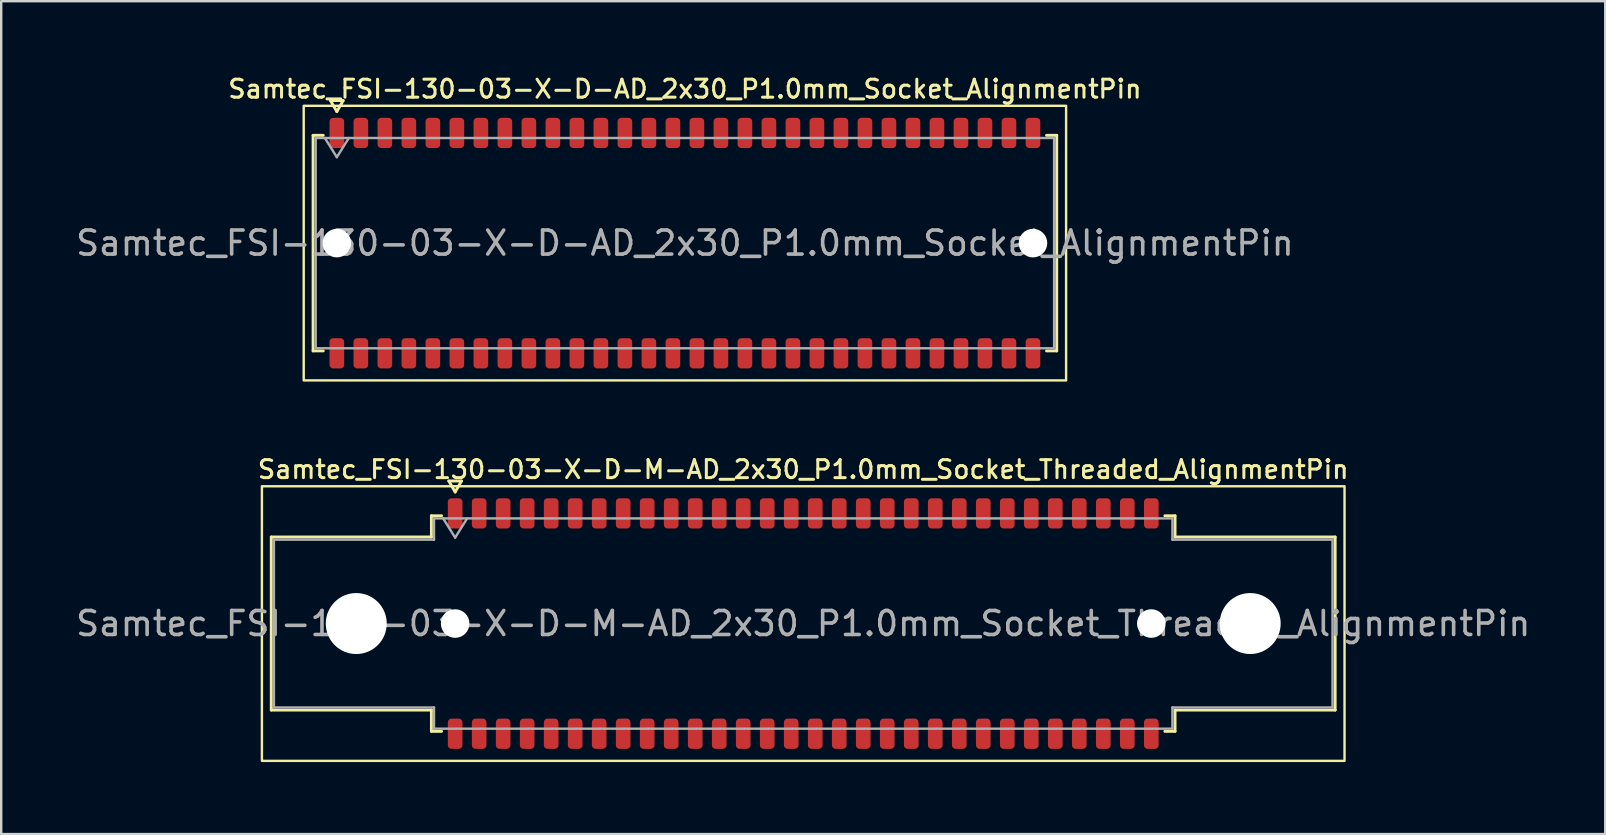
<source format=kicad_pcb>
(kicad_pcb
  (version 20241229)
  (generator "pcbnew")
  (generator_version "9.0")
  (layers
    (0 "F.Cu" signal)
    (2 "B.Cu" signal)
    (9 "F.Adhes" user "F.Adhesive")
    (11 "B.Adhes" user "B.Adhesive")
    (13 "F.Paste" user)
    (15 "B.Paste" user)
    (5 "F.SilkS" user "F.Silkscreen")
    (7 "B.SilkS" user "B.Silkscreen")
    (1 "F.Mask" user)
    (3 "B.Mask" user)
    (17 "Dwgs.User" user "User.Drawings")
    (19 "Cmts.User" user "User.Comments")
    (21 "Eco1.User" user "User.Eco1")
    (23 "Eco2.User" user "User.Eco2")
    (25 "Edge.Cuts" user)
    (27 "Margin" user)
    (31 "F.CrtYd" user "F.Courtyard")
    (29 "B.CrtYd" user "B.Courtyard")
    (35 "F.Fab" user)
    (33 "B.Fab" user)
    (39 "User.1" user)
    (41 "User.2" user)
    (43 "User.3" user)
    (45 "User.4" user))
  (footprint "Samtec_FSI-130-03-X-D-M-AD_2x30_P1.0mm_Socket_Threaded_AlignmentPin"
    (layer "F.Cu")
    (at 30.411 22.926)
    (property "Reference" "Samtec_FSI-130-03-X-D-M-AD_2x30_P1.0mm_Socket_Threaded_AlignmentPin" (at 0 -6.42 0) (layer "F.SilkS") (effects (font (size 0.75 0.75) (thickness 0.125))))
    (attr smd)
    (fp_line (start -22.16 -3.605) (end -15.49 -3.605) (stroke (width 0.12) (type solid)) (layer "F.SilkS"))
    (fp_line (start -22.16 3.605) (end -22.16 -3.605) (stroke (width 0.12) (type solid)) (layer "F.SilkS"))
    (fp_line (start -15.49 -4.49) (end -15.065 -4.49) (stroke (width 0.12) (type solid)) (layer "F.SilkS"))
    (fp_line (start -15.49 -3.605) (end -15.49 -4.49) (stroke (width 0.12) (type solid)) (layer "F.SilkS"))
    (fp_line (start -15.49 3.605) (end -22.16 3.605) (stroke (width 0.12) (type solid)) (layer "F.SilkS"))
    (fp_line (start -15.49 4.49) (end -15.49 3.605) (stroke (width 0.12) (type solid)) (layer "F.SilkS"))
    (fp_line (start -15.065 4.49) (end -15.49 4.49) (stroke (width 0.12) (type solid)) (layer "F.SilkS"))
    (fp_line (start -14.764 -5.938) (end -14.5 -5.48) (stroke (width 0.12) (type solid)) (layer "F.SilkS"))
    (fp_line (start -14.5 -5.48) (end -14.236 -5.938) (stroke (width 0.12) (type solid)) (layer "F.SilkS"))
    (fp_line (start -14.236 -5.938) (end -14.764 -5.938) (stroke (width 0.12) (type solid)) (layer "F.SilkS"))
    (fp_line (start 15.065 -4.49) (end 15.49 -4.49) (stroke (width 0.12) (type solid)) (layer "F.SilkS"))
    (fp_line (start 15.49 -4.49) (end 15.49 -3.605) (stroke (width 0.12) (type solid)) (layer "F.SilkS"))
    (fp_line (start 15.49 -3.605) (end 22.16 -3.605) (stroke (width 0.12) (type solid)) (layer "F.SilkS"))
    (fp_line (start 15.49 3.605) (end 15.49 4.49) (stroke (width 0.12) (type solid)) (layer "F.SilkS"))
    (fp_line (start 15.49 4.49) (end 15.065 4.49) (stroke (width 0.12) (type solid)) (layer "F.SilkS"))
    (fp_line (start 22.16 -3.605) (end 22.16 3.605) (stroke (width 0.12) (type solid)) (layer "F.SilkS"))
    (fp_line (start 22.16 3.605) (end 15.49 3.605) (stroke (width 0.12) (type solid)) (layer "F.SilkS"))
    (fp_rect (start -22.55 -5.72) (end 22.55 5.72) (stroke (width 0.1) (type solid)) (fill no) (layer "F.SilkS"))
    (fp_line (start -22.05 -3.495) (end -15.38 -3.495) (stroke (width 0.1) (type solid)) (layer "F.Fab"))
    (fp_line (start -22.05 3.495) (end -22.05 -3.495) (stroke (width 0.1) (type solid)) (layer "F.Fab"))
    (fp_line (start -15.38 -4.38) (end 15.38 -4.38) (stroke (width 0.1) (type solid)) (layer "F.Fab"))
    (fp_line (start -15.38 -3.495) (end -15.38 -4.38) (stroke (width 0.1) (type solid)) (layer "F.Fab"))
    (fp_line (start -15.38 3.495) (end -22.05 3.495) (stroke (width 0.1) (type solid)) (layer "F.Fab"))
    (fp_line (start -15.38 4.38) (end -15.38 3.495) (stroke (width 0.1) (type solid)) (layer "F.Fab"))
    (fp_line (start -15 -4.38) (end -14.5 -3.58) (stroke (width 0.1) (type solid)) (layer "F.Fab"))
    (fp_line (start -14.5 -3.58) (end -14 -4.38) (stroke (width 0.1) (type solid)) (layer "F.Fab"))
    (fp_line (start 15.38 -4.38) (end 15.38 -3.495) (stroke (width 0.1) (type solid)) (layer "F.Fab"))
    (fp_line (start 15.38 -3.495) (end 22.05 -3.495) (stroke (width 0.1) (type solid)) (layer "F.Fab"))
    (fp_line (start 15.38 3.495) (end 15.38 4.38) (stroke (width 0.1) (type solid)) (layer "F.Fab"))
    (fp_line (start 15.38 4.38) (end -15.38 4.38) (stroke (width 0.1) (type solid)) (layer "F.Fab"))
    (fp_line (start 22.05 -3.495) (end 22.05 3.495) (stroke (width 0.1) (type solid)) (layer "F.Fab"))
    (fp_line (start 22.05 3.495) (end 15.38 3.495) (stroke (width 0.1) (type solid)) (layer "F.Fab"))
    (fp_text user "${REFERENCE}" (at 0 0 0) (layer "F.Fab") (effects (font (size 1 1) (thickness 0.15))))
    (pad "" np_thru_hole circle (at -18.62 0) (size 2.54 2.54) (drill 2.54) (layers "*.Cu" "*.Mask"))
    (pad "" np_thru_hole circle (at -14.5 0) (size 1.19 1.19) (drill 1.19) (layers "*.Cu" "*.Mask"))
    (pad "" np_thru_hole circle (at 14.5 0) (size 1.19 1.19) (drill 1.19) (layers "*.Cu" "*.Mask"))
    (pad "" np_thru_hole circle (at 18.62 0) (size 2.54 2.54) (drill 2.54) (layers "*.Cu" "*.Mask"))
    (pad "1" smd roundrect (at -14.5 -4.59) (size 0.61 1.26) (layers "F.Cu" "F.Mask" "F.Paste") (roundrect_rratio 0.25))
    (pad "2" smd roundrect (at -14.5 4.59) (size 0.61 1.26) (layers "F.Cu" "F.Mask" "F.Paste") (roundrect_rratio 0.25))
    (pad "3" smd roundrect (at -13.5 -4.59) (size 0.61 1.26) (layers "F.Cu" "F.Mask" "F.Paste") (roundrect_rratio 0.25))
    (pad "4" smd roundrect (at -13.5 4.59) (size 0.61 1.26) (layers "F.Cu" "F.Mask" "F.Paste") (roundrect_rratio 0.25))
    (pad "5" smd roundrect (at -12.5 -4.59) (size 0.61 1.26) (layers "F.Cu" "F.Mask" "F.Paste") (roundrect_rratio 0.25))
    (pad "6" smd roundrect (at -12.5 4.59) (size 0.61 1.26) (layers "F.Cu" "F.Mask" "F.Paste") (roundrect_rratio 0.25))
    (pad "7" smd roundrect (at -11.5 -4.59) (size 0.61 1.26) (layers "F.Cu" "F.Mask" "F.Paste") (roundrect_rratio 0.25))
    (pad "8" smd roundrect (at -11.5 4.59) (size 0.61 1.26) (layers "F.Cu" "F.Mask" "F.Paste") (roundrect_rratio 0.25))
    (pad "9" smd roundrect (at -10.5 -4.59) (size 0.61 1.26) (layers "F.Cu" "F.Mask" "F.Paste") (roundrect_rratio 0.25))
    (pad "10" smd roundrect (at -10.5 4.59) (size 0.61 1.26) (layers "F.Cu" "F.Mask" "F.Paste") (roundrect_rratio 0.25))
    (pad "11" smd roundrect (at -9.5 -4.59) (size 0.61 1.26) (layers "F.Cu" "F.Mask" "F.Paste") (roundrect_rratio 0.25))
    (pad "12" smd roundrect (at -9.5 4.59) (size 0.61 1.26) (layers "F.Cu" "F.Mask" "F.Paste") (roundrect_rratio 0.25))
    (pad "13" smd roundrect (at -8.5 -4.59) (size 0.61 1.26) (layers "F.Cu" "F.Mask" "F.Paste") (roundrect_rratio 0.25))
    (pad "14" smd roundrect (at -8.5 4.59) (size 0.61 1.26) (layers "F.Cu" "F.Mask" "F.Paste") (roundrect_rratio 0.25))
    (pad "15" smd roundrect (at -7.5 -4.59) (size 0.61 1.26) (layers "F.Cu" "F.Mask" "F.Paste") (roundrect_rratio 0.25))
    (pad "16" smd roundrect (at -7.5 4.59) (size 0.61 1.26) (layers "F.Cu" "F.Mask" "F.Paste") (roundrect_rratio 0.25))
    (pad "17" smd roundrect (at -6.5 -4.59) (size 0.61 1.26) (layers "F.Cu" "F.Mask" "F.Paste") (roundrect_rratio 0.25))
    (pad "18" smd roundrect (at -6.5 4.59) (size 0.61 1.26) (layers "F.Cu" "F.Mask" "F.Paste") (roundrect_rratio 0.25))
    (pad "19" smd roundrect (at -5.5 -4.59) (size 0.61 1.26) (layers "F.Cu" "F.Mask" "F.Paste") (roundrect_rratio 0.25))
    (pad "20" smd roundrect (at -5.5 4.59) (size 0.61 1.26) (layers "F.Cu" "F.Mask" "F.Paste") (roundrect_rratio 0.25))
    (pad "21" smd roundrect (at -4.5 -4.59) (size 0.61 1.26) (layers "F.Cu" "F.Mask" "F.Paste") (roundrect_rratio 0.25))
    (pad "22" smd roundrect (at -4.5 4.59) (size 0.61 1.26) (layers "F.Cu" "F.Mask" "F.Paste") (roundrect_rratio 0.25))
    (pad "23" smd roundrect (at -3.5 -4.59) (size 0.61 1.26) (layers "F.Cu" "F.Mask" "F.Paste") (roundrect_rratio 0.25))
    (pad "24" smd roundrect (at -3.5 4.59) (size 0.61 1.26) (layers "F.Cu" "F.Mask" "F.Paste") (roundrect_rratio 0.25))
    (pad "25" smd roundrect (at -2.5 -4.59) (size 0.61 1.26) (layers "F.Cu" "F.Mask" "F.Paste") (roundrect_rratio 0.25))
    (pad "26" smd roundrect (at -2.5 4.59) (size 0.61 1.26) (layers "F.Cu" "F.Mask" "F.Paste") (roundrect_rratio 0.25))
    (pad "27" smd roundrect (at -1.5 -4.59) (size 0.61 1.26) (layers "F.Cu" "F.Mask" "F.Paste") (roundrect_rratio 0.25))
    (pad "28" smd roundrect (at -1.5 4.59) (size 0.61 1.26) (layers "F.Cu" "F.Mask" "F.Paste") (roundrect_rratio 0.25))
    (pad "29" smd roundrect (at -0.5 -4.59) (size 0.61 1.26) (layers "F.Cu" "F.Mask" "F.Paste") (roundrect_rratio 0.25))
    (pad "30" smd roundrect (at -0.5 4.59) (size 0.61 1.26) (layers "F.Cu" "F.Mask" "F.Paste") (roundrect_rratio 0.25))
    (pad "31" smd roundrect (at 0.5 -4.59) (size 0.61 1.26) (layers "F.Cu" "F.Mask" "F.Paste") (roundrect_rratio 0.25))
    (pad "32" smd roundrect (at 0.5 4.59) (size 0.61 1.26) (layers "F.Cu" "F.Mask" "F.Paste") (roundrect_rratio 0.25))
    (pad "33" smd roundrect (at 1.5 -4.59) (size 0.61 1.26) (layers "F.Cu" "F.Mask" "F.Paste") (roundrect_rratio 0.25))
    (pad "34" smd roundrect (at 1.5 4.59) (size 0.61 1.26) (layers "F.Cu" "F.Mask" "F.Paste") (roundrect_rratio 0.25))
    (pad "35" smd roundrect (at 2.5 -4.59) (size 0.61 1.26) (layers "F.Cu" "F.Mask" "F.Paste") (roundrect_rratio 0.25))
    (pad "36" smd roundrect (at 2.5 4.59) (size 0.61 1.26) (layers "F.Cu" "F.Mask" "F.Paste") (roundrect_rratio 0.25))
    (pad "37" smd roundrect (at 3.5 -4.59) (size 0.61 1.26) (layers "F.Cu" "F.Mask" "F.Paste") (roundrect_rratio 0.25))
    (pad "38" smd roundrect (at 3.5 4.59) (size 0.61 1.26) (layers "F.Cu" "F.Mask" "F.Paste") (roundrect_rratio 0.25))
    (pad "39" smd roundrect (at 4.5 -4.59) (size 0.61 1.26) (layers "F.Cu" "F.Mask" "F.Paste") (roundrect_rratio 0.25))
    (pad "40" smd roundrect (at 4.5 4.59) (size 0.61 1.26) (layers "F.Cu" "F.Mask" "F.Paste") (roundrect_rratio 0.25))
    (pad "41" smd roundrect (at 5.5 -4.59) (size 0.61 1.26) (layers "F.Cu" "F.Mask" "F.Paste") (roundrect_rratio 0.25))
    (pad "42" smd roundrect (at 5.5 4.59) (size 0.61 1.26) (layers "F.Cu" "F.Mask" "F.Paste") (roundrect_rratio 0.25))
    (pad "43" smd roundrect (at 6.5 -4.59) (size 0.61 1.26) (layers "F.Cu" "F.Mask" "F.Paste") (roundrect_rratio 0.25))
    (pad "44" smd roundrect (at 6.5 4.59) (size 0.61 1.26) (layers "F.Cu" "F.Mask" "F.Paste") (roundrect_rratio 0.25))
    (pad "45" smd roundrect (at 7.5 -4.59) (size 0.61 1.26) (layers "F.Cu" "F.Mask" "F.Paste") (roundrect_rratio 0.25))
    (pad "46" smd roundrect (at 7.5 4.59) (size 0.61 1.26) (layers "F.Cu" "F.Mask" "F.Paste") (roundrect_rratio 0.25))
    (pad "47" smd roundrect (at 8.5 -4.59) (size 0.61 1.26) (layers "F.Cu" "F.Mask" "F.Paste") (roundrect_rratio 0.25))
    (pad "48" smd roundrect (at 8.5 4.59) (size 0.61 1.26) (layers "F.Cu" "F.Mask" "F.Paste") (roundrect_rratio 0.25))
    (pad "49" smd roundrect (at 9.5 -4.59) (size 0.61 1.26) (layers "F.Cu" "F.Mask" "F.Paste") (roundrect_rratio 0.25))
    (pad "50" smd roundrect (at 9.5 4.59) (size 0.61 1.26) (layers "F.Cu" "F.Mask" "F.Paste") (roundrect_rratio 0.25))
    (pad "51" smd roundrect (at 10.5 -4.59) (size 0.61 1.26) (layers "F.Cu" "F.Mask" "F.Paste") (roundrect_rratio 0.25))
    (pad "52" smd roundrect (at 10.5 4.59) (size 0.61 1.26) (layers "F.Cu" "F.Mask" "F.Paste") (roundrect_rratio 0.25))
    (pad "53" smd roundrect (at 11.5 -4.59) (size 0.61 1.26) (layers "F.Cu" "F.Mask" "F.Paste") (roundrect_rratio 0.25))
    (pad "54" smd roundrect (at 11.5 4.59) (size 0.61 1.26) (layers "F.Cu" "F.Mask" "F.Paste") (roundrect_rratio 0.25))
    (pad "55" smd roundrect (at 12.5 -4.59) (size 0.61 1.26) (layers "F.Cu" "F.Mask" "F.Paste") (roundrect_rratio 0.25))
    (pad "56" smd roundrect (at 12.5 4.59) (size 0.61 1.26) (layers "F.Cu" "F.Mask" "F.Paste") (roundrect_rratio 0.25))
    (pad "57" smd roundrect (at 13.5 -4.59) (size 0.61 1.26) (layers "F.Cu" "F.Mask" "F.Paste") (roundrect_rratio 0.25))
    (pad "58" smd roundrect (at 13.5 4.59) (size 0.61 1.26) (layers "F.Cu" "F.Mask" "F.Paste") (roundrect_rratio 0.25))
    (pad "59" smd roundrect (at 14.5 -4.59) (size 0.61 1.26) (layers "F.Cu" "F.Mask" "F.Paste") (roundrect_rratio 0.25))
    (pad "60" smd roundrect (at 14.5 4.59) (size 0.61 1.26) (layers "F.Cu" "F.Mask" "F.Paste") (roundrect_rratio 0.25)))
  (footprint "Samtec_FSI-130-03-X-D-AD_2x30_P1.0mm_Socket_AlignmentPin"
    (layer "F.Cu")
    (at 25.482 7.078)
    (property "Reference" "Samtec_FSI-130-03-X-D-AD_2x30_P1.0mm_Socket_AlignmentPin" (at 0 -6.42 0) (layer "F.SilkS") (effects (font (size 0.75 0.75) (thickness 0.125))))
    (attr smd)
    (fp_line (start -15.49 -4.49) (end -15.065 -4.49) (stroke (width 0.12) (type solid)) (layer "F.SilkS"))
    (fp_line (start -15.49 4.49) (end -15.49 -4.49) (stroke (width 0.12) (type solid)) (layer "F.SilkS"))
    (fp_line (start -15.065 4.49) (end -15.49 4.49) (stroke (width 0.12) (type solid)) (layer "F.SilkS"))
    (fp_line (start -14.764 -5.938) (end -14.5 -5.48) (stroke (width 0.12) (type solid)) (layer "F.SilkS"))
    (fp_line (start -14.5 -5.48) (end -14.236 -5.938) (stroke (width 0.12) (type solid)) (layer "F.SilkS"))
    (fp_line (start -14.236 -5.938) (end -14.764 -5.938) (stroke (width 0.12) (type solid)) (layer "F.SilkS"))
    (fp_line (start 15.065 -4.49) (end 15.49 -4.49) (stroke (width 0.12) (type solid)) (layer "F.SilkS"))
    (fp_line (start 15.49 -4.49) (end 15.49 4.49) (stroke (width 0.12) (type solid)) (layer "F.SilkS"))
    (fp_line (start 15.49 4.49) (end 15.065 4.49) (stroke (width 0.12) (type solid)) (layer "F.SilkS"))
    (fp_rect (start -15.88 -5.72) (end 15.88 5.72) (stroke (width 0.1) (type solid)) (fill no) (layer "F.SilkS"))
    (fp_line (start -15.38 -4.38) (end 15.38 -4.38) (stroke (width 0.1) (type solid)) (layer "F.Fab"))
    (fp_line (start -15.38 4.38) (end -15.38 -4.38) (stroke (width 0.1) (type solid)) (layer "F.Fab"))
    (fp_line (start -15 -4.38) (end -14.5 -3.58) (stroke (width 0.1) (type solid)) (layer "F.Fab"))
    (fp_line (start -14.5 -3.58) (end -14 -4.38) (stroke (width 0.1) (type solid)) (layer "F.Fab"))
    (fp_line (start 15.38 -4.38) (end 15.38 4.38) (stroke (width 0.1) (type solid)) (layer "F.Fab"))
    (fp_line (start 15.38 4.38) (end -15.38 4.38) (stroke (width 0.1) (type solid)) (layer "F.Fab"))
    (fp_text user "${REFERENCE}" (at 0 0 0) (layer "F.Fab") (effects (font (size 1 1) (thickness 0.15))))
    (pad "" np_thru_hole circle (at -14.5 0) (size 1.19 1.19) (drill 1.19) (layers "*.Cu" "*.Mask"))
    (pad "" np_thru_hole circle (at 14.5 0) (size 1.19 1.19) (drill 1.19) (layers "*.Cu" "*.Mask"))
    (pad "1" smd roundrect (at -14.5 -4.59) (size 0.61 1.26) (layers "F.Cu" "F.Mask" "F.Paste") (roundrect_rratio 0.25))
    (pad "2" smd roundrect (at -14.5 4.59) (size 0.61 1.26) (layers "F.Cu" "F.Mask" "F.Paste") (roundrect_rratio 0.25))
    (pad "3" smd roundrect (at -13.5 -4.59) (size 0.61 1.26) (layers "F.Cu" "F.Mask" "F.Paste") (roundrect_rratio 0.25))
    (pad "4" smd roundrect (at -13.5 4.59) (size 0.61 1.26) (layers "F.Cu" "F.Mask" "F.Paste") (roundrect_rratio 0.25))
    (pad "5" smd roundrect (at -12.5 -4.59) (size 0.61 1.26) (layers "F.Cu" "F.Mask" "F.Paste") (roundrect_rratio 0.25))
    (pad "6" smd roundrect (at -12.5 4.59) (size 0.61 1.26) (layers "F.Cu" "F.Mask" "F.Paste") (roundrect_rratio 0.25))
    (pad "7" smd roundrect (at -11.5 -4.59) (size 0.61 1.26) (layers "F.Cu" "F.Mask" "F.Paste") (roundrect_rratio 0.25))
    (pad "8" smd roundrect (at -11.5 4.59) (size 0.61 1.26) (layers "F.Cu" "F.Mask" "F.Paste") (roundrect_rratio 0.25))
    (pad "9" smd roundrect (at -10.5 -4.59) (size 0.61 1.26) (layers "F.Cu" "F.Mask" "F.Paste") (roundrect_rratio 0.25))
    (pad "10" smd roundrect (at -10.5 4.59) (size 0.61 1.26) (layers "F.Cu" "F.Mask" "F.Paste") (roundrect_rratio 0.25))
    (pad "11" smd roundrect (at -9.5 -4.59) (size 0.61 1.26) (layers "F.Cu" "F.Mask" "F.Paste") (roundrect_rratio 0.25))
    (pad "12" smd roundrect (at -9.5 4.59) (size 0.61 1.26) (layers "F.Cu" "F.Mask" "F.Paste") (roundrect_rratio 0.25))
    (pad "13" smd roundrect (at -8.5 -4.59) (size 0.61 1.26) (layers "F.Cu" "F.Mask" "F.Paste") (roundrect_rratio 0.25))
    (pad "14" smd roundrect (at -8.5 4.59) (size 0.61 1.26) (layers "F.Cu" "F.Mask" "F.Paste") (roundrect_rratio 0.25))
    (pad "15" smd roundrect (at -7.5 -4.59) (size 0.61 1.26) (layers "F.Cu" "F.Mask" "F.Paste") (roundrect_rratio 0.25))
    (pad "16" smd roundrect (at -7.5 4.59) (size 0.61 1.26) (layers "F.Cu" "F.Mask" "F.Paste") (roundrect_rratio 0.25))
    (pad "17" smd roundrect (at -6.5 -4.59) (size 0.61 1.26) (layers "F.Cu" "F.Mask" "F.Paste") (roundrect_rratio 0.25))
    (pad "18" smd roundrect (at -6.5 4.59) (size 0.61 1.26) (layers "F.Cu" "F.Mask" "F.Paste") (roundrect_rratio 0.25))
    (pad "19" smd roundrect (at -5.5 -4.59) (size 0.61 1.26) (layers "F.Cu" "F.Mask" "F.Paste") (roundrect_rratio 0.25))
    (pad "20" smd roundrect (at -5.5 4.59) (size 0.61 1.26) (layers "F.Cu" "F.Mask" "F.Paste") (roundrect_rratio 0.25))
    (pad "21" smd roundrect (at -4.5 -4.59) (size 0.61 1.26) (layers "F.Cu" "F.Mask" "F.Paste") (roundrect_rratio 0.25))
    (pad "22" smd roundrect (at -4.5 4.59) (size 0.61 1.26) (layers "F.Cu" "F.Mask" "F.Paste") (roundrect_rratio 0.25))
    (pad "23" smd roundrect (at -3.5 -4.59) (size 0.61 1.26) (layers "F.Cu" "F.Mask" "F.Paste") (roundrect_rratio 0.25))
    (pad "24" smd roundrect (at -3.5 4.59) (size 0.61 1.26) (layers "F.Cu" "F.Mask" "F.Paste") (roundrect_rratio 0.25))
    (pad "25" smd roundrect (at -2.5 -4.59) (size 0.61 1.26) (layers "F.Cu" "F.Mask" "F.Paste") (roundrect_rratio 0.25))
    (pad "26" smd roundrect (at -2.5 4.59) (size 0.61 1.26) (layers "F.Cu" "F.Mask" "F.Paste") (roundrect_rratio 0.25))
    (pad "27" smd roundrect (at -1.5 -4.59) (size 0.61 1.26) (layers "F.Cu" "F.Mask" "F.Paste") (roundrect_rratio 0.25))
    (pad "28" smd roundrect (at -1.5 4.59) (size 0.61 1.26) (layers "F.Cu" "F.Mask" "F.Paste") (roundrect_rratio 0.25))
    (pad "29" smd roundrect (at -0.5 -4.59) (size 0.61 1.26) (layers "F.Cu" "F.Mask" "F.Paste") (roundrect_rratio 0.25))
    (pad "30" smd roundrect (at -0.5 4.59) (size 0.61 1.26) (layers "F.Cu" "F.Mask" "F.Paste") (roundrect_rratio 0.25))
    (pad "31" smd roundrect (at 0.5 -4.59) (size 0.61 1.26) (layers "F.Cu" "F.Mask" "F.Paste") (roundrect_rratio 0.25))
    (pad "32" smd roundrect (at 0.5 4.59) (size 0.61 1.26) (layers "F.Cu" "F.Mask" "F.Paste") (roundrect_rratio 0.25))
    (pad "33" smd roundrect (at 1.5 -4.59) (size 0.61 1.26) (layers "F.Cu" "F.Mask" "F.Paste") (roundrect_rratio 0.25))
    (pad "34" smd roundrect (at 1.5 4.59) (size 0.61 1.26) (layers "F.Cu" "F.Mask" "F.Paste") (roundrect_rratio 0.25))
    (pad "35" smd roundrect (at 2.5 -4.59) (size 0.61 1.26) (layers "F.Cu" "F.Mask" "F.Paste") (roundrect_rratio 0.25))
    (pad "36" smd roundrect (at 2.5 4.59) (size 0.61 1.26) (layers "F.Cu" "F.Mask" "F.Paste") (roundrect_rratio 0.25))
    (pad "37" smd roundrect (at 3.5 -4.59) (size 0.61 1.26) (layers "F.Cu" "F.Mask" "F.Paste") (roundrect_rratio 0.25))
    (pad "38" smd roundrect (at 3.5 4.59) (size 0.61 1.26) (layers "F.Cu" "F.Mask" "F.Paste") (roundrect_rratio 0.25))
    (pad "39" smd roundrect (at 4.5 -4.59) (size 0.61 1.26) (layers "F.Cu" "F.Mask" "F.Paste") (roundrect_rratio 0.25))
    (pad "40" smd roundrect (at 4.5 4.59) (size 0.61 1.26) (layers "F.Cu" "F.Mask" "F.Paste") (roundrect_rratio 0.25))
    (pad "41" smd roundrect (at 5.5 -4.59) (size 0.61 1.26) (layers "F.Cu" "F.Mask" "F.Paste") (roundrect_rratio 0.25))
    (pad "42" smd roundrect (at 5.5 4.59) (size 0.61 1.26) (layers "F.Cu" "F.Mask" "F.Paste") (roundrect_rratio 0.25))
    (pad "43" smd roundrect (at 6.5 -4.59) (size 0.61 1.26) (layers "F.Cu" "F.Mask" "F.Paste") (roundrect_rratio 0.25))
    (pad "44" smd roundrect (at 6.5 4.59) (size 0.61 1.26) (layers "F.Cu" "F.Mask" "F.Paste") (roundrect_rratio 0.25))
    (pad "45" smd roundrect (at 7.5 -4.59) (size 0.61 1.26) (layers "F.Cu" "F.Mask" "F.Paste") (roundrect_rratio 0.25))
    (pad "46" smd roundrect (at 7.5 4.59) (size 0.61 1.26) (layers "F.Cu" "F.Mask" "F.Paste") (roundrect_rratio 0.25))
    (pad "47" smd roundrect (at 8.5 -4.59) (size 0.61 1.26) (layers "F.Cu" "F.Mask" "F.Paste") (roundrect_rratio 0.25))
    (pad "48" smd roundrect (at 8.5 4.59) (size 0.61 1.26) (layers "F.Cu" "F.Mask" "F.Paste") (roundrect_rratio 0.25))
    (pad "49" smd roundrect (at 9.5 -4.59) (size 0.61 1.26) (layers "F.Cu" "F.Mask" "F.Paste") (roundrect_rratio 0.25))
    (pad "50" smd roundrect (at 9.5 4.59) (size 0.61 1.26) (layers "F.Cu" "F.Mask" "F.Paste") (roundrect_rratio 0.25))
    (pad "51" smd roundrect (at 10.5 -4.59) (size 0.61 1.26) (layers "F.Cu" "F.Mask" "F.Paste") (roundrect_rratio 0.25))
    (pad "52" smd roundrect (at 10.5 4.59) (size 0.61 1.26) (layers "F.Cu" "F.Mask" "F.Paste") (roundrect_rratio 0.25))
    (pad "53" smd roundrect (at 11.5 -4.59) (size 0.61 1.26) (layers "F.Cu" "F.Mask" "F.Paste") (roundrect_rratio 0.25))
    (pad "54" smd roundrect (at 11.5 4.59) (size 0.61 1.26) (layers "F.Cu" "F.Mask" "F.Paste") (roundrect_rratio 0.25))
    (pad "55" smd roundrect (at 12.5 -4.59) (size 0.61 1.26) (layers "F.Cu" "F.Mask" "F.Paste") (roundrect_rratio 0.25))
    (pad "56" smd roundrect (at 12.5 4.59) (size 0.61 1.26) (layers "F.Cu" "F.Mask" "F.Paste") (roundrect_rratio 0.25))
    (pad "57" smd roundrect (at 13.5 -4.59) (size 0.61 1.26) (layers "F.Cu" "F.Mask" "F.Paste") (roundrect_rratio 0.25))
    (pad "58" smd roundrect (at 13.5 4.59) (size 0.61 1.26) (layers "F.Cu" "F.Mask" "F.Paste") (roundrect_rratio 0.25))
    (pad "59" smd roundrect (at 14.5 -4.59) (size 0.61 1.26) (layers "F.Cu" "F.Mask" "F.Paste") (roundrect_rratio 0.25))
    (pad "60" smd roundrect (at 14.5 4.59) (size 0.61 1.26) (layers "F.Cu" "F.Mask" "F.Paste") (roundrect_rratio 0.25)))
  (gr_rect
    (start -3 -3)
    (end 63.821 31.696)
    (stroke (width 0.1) (type default))
    (fill no)
    (layer "Edge.Cuts")))
</source>
